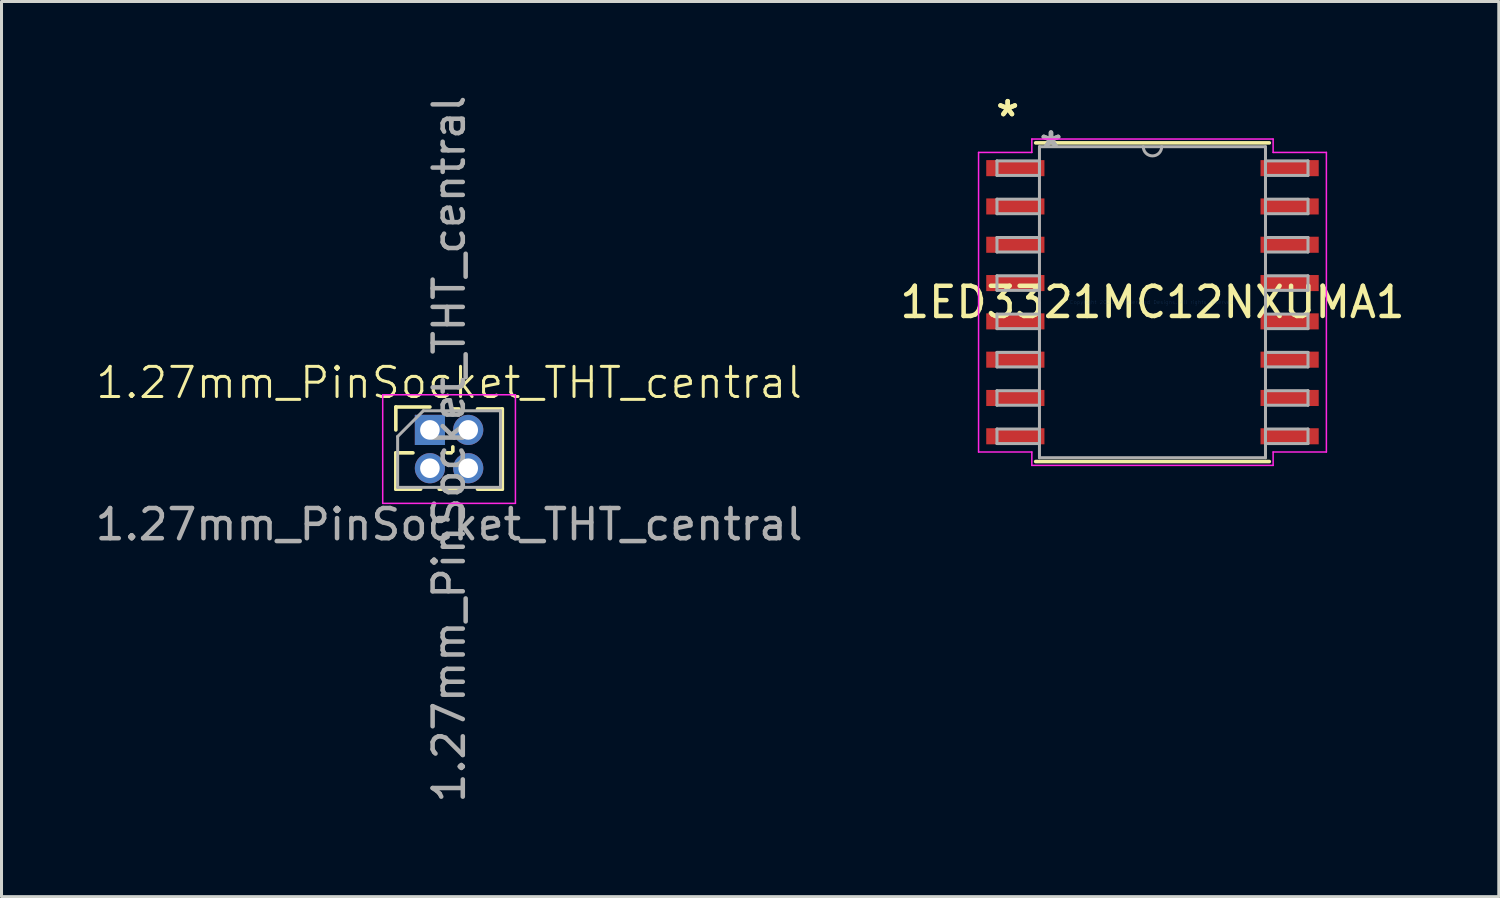
<source format=kicad_pcb>
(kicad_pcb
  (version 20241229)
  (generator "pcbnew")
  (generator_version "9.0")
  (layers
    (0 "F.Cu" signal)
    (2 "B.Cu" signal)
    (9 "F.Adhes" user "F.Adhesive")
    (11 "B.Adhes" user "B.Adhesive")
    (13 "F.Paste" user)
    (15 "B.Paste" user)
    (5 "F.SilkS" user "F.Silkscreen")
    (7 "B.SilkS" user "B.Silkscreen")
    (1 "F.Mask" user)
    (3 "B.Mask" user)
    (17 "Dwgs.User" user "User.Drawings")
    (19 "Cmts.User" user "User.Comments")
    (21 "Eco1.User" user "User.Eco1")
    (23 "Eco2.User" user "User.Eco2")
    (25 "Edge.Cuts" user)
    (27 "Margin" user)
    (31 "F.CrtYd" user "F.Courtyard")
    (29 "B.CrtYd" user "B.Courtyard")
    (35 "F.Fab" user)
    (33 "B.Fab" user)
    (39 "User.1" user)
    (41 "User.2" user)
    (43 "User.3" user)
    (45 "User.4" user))
  (footprint "1ED3321MC12NXUMA1"
    (layer "F.Cu")
    (at 35.161 6.97)
    (property "Reference" "1ED3321MC12NXUMA1" (at 0 0 0) (layer "F.SilkS") (effects (font (size 1 1) (thickness 0.15))))
    (attr through_hole)
    (fp_line (start -3.873 5.283) (end 3.873 5.283) (stroke (width 0.12) (type solid)) (layer "F.SilkS"))
    (fp_line (start 3.873 -5.283) (end -3.873 -5.283) (stroke (width 0.12) (type solid)) (layer "F.SilkS"))
    (fp_line (start -5.766 -4.966) (end -4 -4.966) (stroke (width 0.05) (type solid)) (layer "F.CrtYd"))
    (fp_line (start -5.766 4.966) (end -5.766 -4.966) (stroke (width 0.05) (type solid)) (layer "F.CrtYd"))
    (fp_line (start -5.766 4.966) (end -4 4.966) (stroke (width 0.05) (type solid)) (layer "F.CrtYd"))
    (fp_line (start -4 -5.41) (end 4 -5.41) (stroke (width 0.05) (type solid)) (layer "F.CrtYd"))
    (fp_line (start -4 -4.966) (end -4 -5.41) (stroke (width 0.05) (type solid)) (layer "F.CrtYd"))
    (fp_line (start -4 5.41) (end -4 4.966) (stroke (width 0.05) (type solid)) (layer "F.CrtYd"))
    (fp_line (start 4 -5.41) (end 4 -4.966) (stroke (width 0.05) (type solid)) (layer "F.CrtYd"))
    (fp_line (start 4 -4.966) (end 5.766 -4.966) (stroke (width 0.05) (type solid)) (layer "F.CrtYd"))
    (fp_line (start 4 4.966) (end 4 5.41) (stroke (width 0.05) (type solid)) (layer "F.CrtYd"))
    (fp_line (start 4 5.41) (end -4 5.41) (stroke (width 0.05) (type solid)) (layer "F.CrtYd"))
    (fp_line (start 5.766 -4.966) (end 5.766 4.966) (stroke (width 0.05) (type solid)) (layer "F.CrtYd"))
    (fp_line (start 5.766 4.966) (end 4 4.966) (stroke (width 0.05) (type solid)) (layer "F.CrtYd"))
    (fp_line (start -5.156 -4.686) (end -5.156 -4.204) (stroke (width 0.1) (type solid)) (layer "F.Fab"))
    (fp_line (start -5.156 -4.204) (end -3.747 -4.204) (stroke (width 0.1) (type solid)) (layer "F.Fab"))
    (fp_line (start -5.156 -3.416) (end -5.156 -2.934) (stroke (width 0.1) (type solid)) (layer "F.Fab"))
    (fp_line (start -5.156 -2.934) (end -3.747 -2.934) (stroke (width 0.1) (type solid)) (layer "F.Fab"))
    (fp_line (start -5.156 -2.146) (end -5.156 -1.664) (stroke (width 0.1) (type solid)) (layer "F.Fab"))
    (fp_line (start -5.156 -1.664) (end -3.747 -1.664) (stroke (width 0.1) (type solid)) (layer "F.Fab"))
    (fp_line (start -5.156 -0.876) (end -5.156 -0.394) (stroke (width 0.1) (type solid)) (layer "F.Fab"))
    (fp_line (start -5.156 -0.394) (end -3.747 -0.394) (stroke (width 0.1) (type solid)) (layer "F.Fab"))
    (fp_line (start -5.156 0.394) (end -5.156 0.876) (stroke (width 0.1) (type solid)) (layer "F.Fab"))
    (fp_line (start -5.156 0.876) (end -3.747 0.876) (stroke (width 0.1) (type solid)) (layer "F.Fab"))
    (fp_line (start -5.156 1.664) (end -5.156 2.146) (stroke (width 0.1) (type solid)) (layer "F.Fab"))
    (fp_line (start -5.156 2.146) (end -3.747 2.146) (stroke (width 0.1) (type solid)) (layer "F.Fab"))
    (fp_line (start -5.156 2.934) (end -5.156 3.416) (stroke (width 0.1) (type solid)) (layer "F.Fab"))
    (fp_line (start -5.156 3.416) (end -3.747 3.416) (stroke (width 0.1) (type solid)) (layer "F.Fab"))
    (fp_line (start -5.156 4.204) (end -5.156 4.686) (stroke (width 0.1) (type solid)) (layer "F.Fab"))
    (fp_line (start -5.156 4.686) (end -3.747 4.686) (stroke (width 0.1) (type solid)) (layer "F.Fab"))
    (fp_line (start -3.747 -5.156) (end -3.747 5.156) (stroke (width 0.1) (type solid)) (layer "F.Fab"))
    (fp_line (start -3.747 -4.686) (end -5.156 -4.686) (stroke (width 0.1) (type solid)) (layer "F.Fab"))
    (fp_line (start -3.747 -4.204) (end -3.747 -4.686) (stroke (width 0.1) (type solid)) (layer "F.Fab"))
    (fp_line (start -3.747 -3.416) (end -5.156 -3.416) (stroke (width 0.1) (type solid)) (layer "F.Fab"))
    (fp_line (start -3.747 -2.934) (end -3.747 -3.416) (stroke (width 0.1) (type solid)) (layer "F.Fab"))
    (fp_line (start -3.747 -2.146) (end -5.156 -2.146) (stroke (width 0.1) (type solid)) (layer "F.Fab"))
    (fp_line (start -3.747 -1.664) (end -3.747 -2.146) (stroke (width 0.1) (type solid)) (layer "F.Fab"))
    (fp_line (start -3.747 -0.876) (end -5.156 -0.876) (stroke (width 0.1) (type solid)) (layer "F.Fab"))
    (fp_line (start -3.747 -0.394) (end -3.747 -0.876) (stroke (width 0.1) (type solid)) (layer "F.Fab"))
    (fp_line (start -3.747 0.394) (end -5.156 0.394) (stroke (width 0.1) (type solid)) (layer "F.Fab"))
    (fp_line (start -3.747 0.876) (end -3.747 0.394) (stroke (width 0.1) (type solid)) (layer "F.Fab"))
    (fp_line (start -3.747 1.664) (end -5.156 1.664) (stroke (width 0.1) (type solid)) (layer "F.Fab"))
    (fp_line (start -3.747 2.146) (end -3.747 1.664) (stroke (width 0.1) (type solid)) (layer "F.Fab"))
    (fp_line (start -3.747 2.934) (end -5.156 2.934) (stroke (width 0.1) (type solid)) (layer "F.Fab"))
    (fp_line (start -3.747 3.416) (end -3.747 2.934) (stroke (width 0.1) (type solid)) (layer "F.Fab"))
    (fp_line (start -3.747 4.204) (end -5.156 4.204) (stroke (width 0.1) (type solid)) (layer "F.Fab"))
    (fp_line (start -3.747 4.686) (end -3.747 4.204) (stroke (width 0.1) (type solid)) (layer "F.Fab"))
    (fp_line (start -3.747 5.156) (end 3.747 5.156) (stroke (width 0.1) (type solid)) (layer "F.Fab"))
    (fp_line (start 3.747 -5.156) (end -3.747 -5.156) (stroke (width 0.1) (type solid)) (layer "F.Fab"))
    (fp_line (start 3.747 -4.686) (end 3.747 -4.204) (stroke (width 0.1) (type solid)) (layer "F.Fab"))
    (fp_line (start 3.747 -4.204) (end 5.156 -4.204) (stroke (width 0.1) (type solid)) (layer "F.Fab"))
    (fp_line (start 3.747 -3.416) (end 3.747 -2.934) (stroke (width 0.1) (type solid)) (layer "F.Fab"))
    (fp_line (start 3.747 -2.934) (end 5.156 -2.934) (stroke (width 0.1) (type solid)) (layer "F.Fab"))
    (fp_line (start 3.747 -2.146) (end 3.747 -1.664) (stroke (width 0.1) (type solid)) (layer "F.Fab"))
    (fp_line (start 3.747 -1.664) (end 5.156 -1.664) (stroke (width 0.1) (type solid)) (layer "F.Fab"))
    (fp_line (start 3.747 -0.876) (end 3.747 -0.394) (stroke (width 0.1) (type solid)) (layer "F.Fab"))
    (fp_line (start 3.747 -0.394) (end 5.156 -0.394) (stroke (width 0.1) (type solid)) (layer "F.Fab"))
    (fp_line (start 3.747 0.394) (end 3.747 0.876) (stroke (width 0.1) (type solid)) (layer "F.Fab"))
    (fp_line (start 3.747 0.876) (end 5.156 0.876) (stroke (width 0.1) (type solid)) (layer "F.Fab"))
    (fp_line (start 3.747 1.664) (end 3.747 2.146) (stroke (width 0.1) (type solid)) (layer "F.Fab"))
    (fp_line (start 3.747 2.146) (end 5.156 2.146) (stroke (width 0.1) (type solid)) (layer "F.Fab"))
    (fp_line (start 3.747 2.934) (end 3.747 3.416) (stroke (width 0.1) (type solid)) (layer "F.Fab"))
    (fp_line (start 3.747 3.416) (end 5.156 3.416) (stroke (width 0.1) (type solid)) (layer "F.Fab"))
    (fp_line (start 3.747 4.204) (end 3.747 4.686) (stroke (width 0.1) (type solid)) (layer "F.Fab"))
    (fp_line (start 3.747 4.686) (end 5.156 4.686) (stroke (width 0.1) (type solid)) (layer "F.Fab"))
    (fp_line (start 3.747 5.156) (end 3.747 -5.156) (stroke (width 0.1) (type solid)) (layer "F.Fab"))
    (fp_line (start 5.156 -4.686) (end 3.747 -4.686) (stroke (width 0.1) (type solid)) (layer "F.Fab"))
    (fp_line (start 5.156 -4.204) (end 5.156 -4.686) (stroke (width 0.1) (type solid)) (layer "F.Fab"))
    (fp_line (start 5.156 -3.416) (end 3.747 -3.416) (stroke (width 0.1) (type solid)) (layer "F.Fab"))
    (fp_line (start 5.156 -2.934) (end 5.156 -3.416) (stroke (width 0.1) (type solid)) (layer "F.Fab"))
    (fp_line (start 5.156 -2.146) (end 3.747 -2.146) (stroke (width 0.1) (type solid)) (layer "F.Fab"))
    (fp_line (start 5.156 -1.664) (end 5.156 -2.146) (stroke (width 0.1) (type solid)) (layer "F.Fab"))
    (fp_line (start 5.156 -0.876) (end 3.747 -0.876) (stroke (width 0.1) (type solid)) (layer "F.Fab"))
    (fp_line (start 5.156 -0.394) (end 5.156 -0.876) (stroke (width 0.1) (type solid)) (layer "F.Fab"))
    (fp_line (start 5.156 0.394) (end 3.747 0.394) (stroke (width 0.1) (type solid)) (layer "F.Fab"))
    (fp_line (start 5.156 0.876) (end 5.156 0.394) (stroke (width 0.1) (type solid)) (layer "F.Fab"))
    (fp_line (start 5.156 1.664) (end 3.747 1.664) (stroke (width 0.1) (type solid)) (layer "F.Fab"))
    (fp_line (start 5.156 2.146) (end 5.156 1.664) (stroke (width 0.1) (type solid)) (layer "F.Fab"))
    (fp_line (start 5.156 2.934) (end 3.747 2.934) (stroke (width 0.1) (type solid)) (layer "F.Fab"))
    (fp_line (start 5.156 3.416) (end 5.156 2.934) (stroke (width 0.1) (type solid)) (layer "F.Fab"))
    (fp_line (start 5.156 4.204) (end 3.747 4.204) (stroke (width 0.1) (type solid)) (layer "F.Fab"))
    (fp_line (start 5.156 4.686) (end 5.156 4.204) (stroke (width 0.1) (type solid)) (layer "F.Fab"))
    (fp_arc (start 0.3048 -5.1562) (mid 0 -4.8514) (end -0.3048 -5.1562) (stroke (width 0.1) (type solid)) (layer "F.Fab"))
    (fp_text user "*" (at -4.801 -6.121 0) (layer "F.SilkS") (effects (font (size 1 1) (thickness 0.15))))
    (fp_text user "*" (at -4.801 -6.121 0) (layer "F.SilkS") (effects (font (size 1 1) (thickness 0.15))))
    (fp_text user "Copyright 2021 Accelerated Designs. All rights reserved." (at 0 0 0) (layer "Cmts.User") (effects (font (size 0.127 0.127) (thickness 0.002))))
    (fp_text user "*" (at -3.365 -5.08 0) (layer "F.Fab") (effects (font (size 1 1) (thickness 0.15))))
    (fp_text user "*" (at -3.365 -5.08 0) (layer "F.Fab") (effects (font (size 1 1) (thickness 0.15))))
    (pad "1" smd rect (at -4.547 -4.445) (size 1.93 0.533) (layers "F.Cu" "F.Mask" "F.Paste"))
    (pad "2" smd rect (at -4.547 -3.175) (size 1.93 0.533) (layers "F.Cu" "F.Mask" "F.Paste"))
    (pad "3" smd rect (at -4.547 -1.905) (size 1.93 0.533) (layers "F.Cu" "F.Mask" "F.Paste"))
    (pad "4" smd rect (at -4.547 -0.635) (size 1.93 0.533) (layers "F.Cu" "F.Mask" "F.Paste"))
    (pad "5" smd rect (at -4.547 0.635) (size 1.93 0.533) (layers "F.Cu" "F.Mask" "F.Paste"))
    (pad "6" smd rect (at -4.547 1.905) (size 1.93 0.533) (layers "F.Cu" "F.Mask" "F.Paste"))
    (pad "7" smd rect (at -4.547 3.175) (size 1.93 0.533) (layers "F.Cu" "F.Mask" "F.Paste"))
    (pad "8" smd rect (at -4.547 4.445) (size 1.93 0.533) (layers "F.Cu" "F.Mask" "F.Paste"))
    (pad "9" smd rect (at 4.547 4.445) (size 1.93 0.533) (layers "F.Cu" "F.Mask" "F.Paste"))
    (pad "10" smd rect (at 4.547 3.175) (size 1.93 0.533) (layers "F.Cu" "F.Mask" "F.Paste"))
    (pad "11" smd rect (at 4.547 1.905) (size 1.93 0.533) (layers "F.Cu" "F.Mask" "F.Paste"))
    (pad "12" smd rect (at 4.547 0.635) (size 1.93 0.533) (layers "F.Cu" "F.Mask" "F.Paste"))
    (pad "13" smd rect (at 4.547 -0.635) (size 1.93 0.533) (layers "F.Cu" "F.Mask" "F.Paste"))
    (pad "14" smd rect (at 4.547 -1.905) (size 1.93 0.533) (layers "F.Cu" "F.Mask" "F.Paste"))
    (pad "15" smd rect (at 4.547 -3.175) (size 1.93 0.533) (layers "F.Cu" "F.Mask" "F.Paste"))
    (pad "16" smd rect (at 4.547 -4.445) (size 1.93 0.533) (layers "F.Cu" "F.Mask" "F.Paste")))
  (footprint "1.27mm_PinSocket_THT_central"
    (layer "F.Cu")
    (at 11.839 11.839)
    (property "Reference" "1.27mm_PinSocket_THT_central" (at 0 -2.2 0) (unlocked yes) (layer "F.SilkS") (effects (font (size 1 1) (thickness 0.1))))
    (attr smd)
    (fp_line (start -1.765 -1.395) (end -0.635 -1.395) (stroke (width 0.12) (type solid)) (layer "F.SilkS"))
    (fp_line (start -1.765 -0.635) (end -1.765 -1.395) (stroke (width 0.12) (type solid)) (layer "F.SilkS"))
    (fp_line (start -1.765 0.125) (end -1.765 1.33) (stroke (width 0.12) (type solid)) (layer "F.SilkS"))
    (fp_line (start -1.765 0.125) (end -1.198 0.125) (stroke (width 0.12) (type solid)) (layer "F.SilkS"))
    (fp_line (start -1.765 1.33) (end -0.943 1.33) (stroke (width 0.12) (type solid)) (layer "F.SilkS"))
    (fp_line (start -0.327 1.33) (end 0.327 1.33) (stroke (width 0.12) (type solid)) (layer "F.SilkS"))
    (fp_line (start -0.072 0.125) (end 0.072 0.125) (stroke (width 0.12) (type solid)) (layer "F.SilkS"))
    (fp_line (start 0.125 -1.33) (end 0.327 -1.33) (stroke (width 0.12) (type solid)) (layer "F.SilkS"))
    (fp_line (start 0.125 -1.198) (end 0.125 -1.33) (stroke (width 0.12) (type solid)) (layer "F.SilkS"))
    (fp_line (start 0.125 0.072) (end 0.125 -0.072) (stroke (width 0.12) (type solid)) (layer "F.SilkS"))
    (fp_line (start 0.943 -1.33) (end 1.765 -1.33) (stroke (width 0.12) (type solid)) (layer "F.SilkS"))
    (fp_line (start 0.943 1.33) (end 1.765 1.33) (stroke (width 0.12) (type solid)) (layer "F.SilkS"))
    (fp_line (start 1.765 -1.33) (end 1.765 1.33) (stroke (width 0.12) (type solid)) (layer "F.SilkS"))
    (fp_line (start -2.2 1.8) (end -2.2 -1.8) (stroke (width 0.05) (type solid)) (layer "F.CrtYd"))
    (fp_line (start -2.2 1.8) (end 2.2 1.8) (stroke (width 0.05) (type solid)) (layer "F.CrtYd"))
    (fp_line (start 2.2 -1.8) (end -2.2 -1.8) (stroke (width 0.05) (type solid)) (layer "F.CrtYd"))
    (fp_line (start 2.2 1.8) (end 2.2 -1.8) (stroke (width 0.05) (type solid)) (layer "F.CrtYd"))
    (fp_line (start -1.705 -0.417) (end -0.853 -1.27) (stroke (width 0.1) (type solid)) (layer "F.Fab"))
    (fp_line (start -1.705 1.27) (end -1.705 -0.417) (stroke (width 0.1) (type solid)) (layer "F.Fab"))
    (fp_line (start -0.853 -1.27) (end 1.705 -1.27) (stroke (width 0.1) (type solid)) (layer "F.Fab"))
    (fp_line (start 1.705 -1.27) (end 1.705 1.27) (stroke (width 0.1) (type solid)) (layer "F.Fab"))
    (fp_line (start 1.705 1.27) (end -1.705 1.27) (stroke (width 0.1) (type solid)) (layer "F.Fab"))
    (fp_text user "${REFERENCE}" (at 0 0 90) (layer "F.Fab") (effects (font (size 1 1) (thickness 0.15))))
    (fp_text user "${REFERENCE}" (at 0 2.5 0) (unlocked yes) (layer "F.Fab") (effects (font (size 1 1) (thickness 0.15))))
    (pad "1" thru_hole rect (at -0.635 -0.635) (size 1 1) (drill 0.65) (layers "*.Cu" "*.Mask"))
    (pad "2" thru_hole oval (at 0.635 -0.635) (size 1 1) (drill 0.65) (layers "*.Cu" "*.Mask"))
    (pad "3" thru_hole oval (at -0.635 0.635) (size 1 1) (drill 0.65) (layers "*.Cu" "*.Mask"))
    (pad "4" thru_hole oval (at 0.635 0.635) (size 1 1) (drill 0.65) (layers "*.Cu" "*.Mask")))
  (gr_rect
    (start -3 -3)
    (end 46.643 26.679)
    (stroke (width 0.1) (type default))
    (fill no)
    (layer "Edge.Cuts")))
</source>
